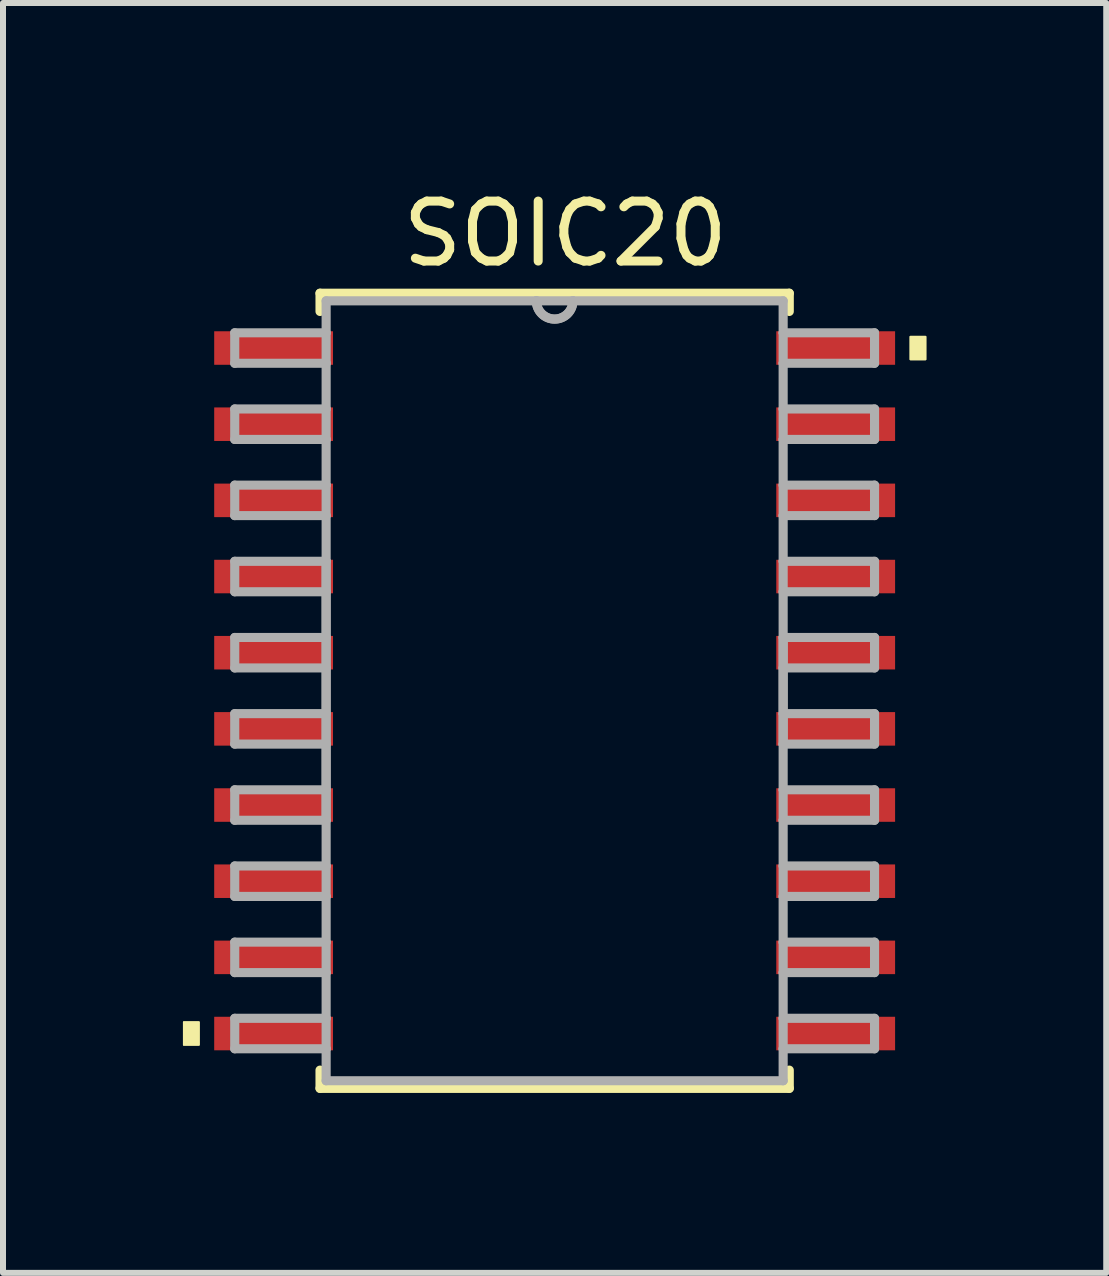
<source format=kicad_pcb>
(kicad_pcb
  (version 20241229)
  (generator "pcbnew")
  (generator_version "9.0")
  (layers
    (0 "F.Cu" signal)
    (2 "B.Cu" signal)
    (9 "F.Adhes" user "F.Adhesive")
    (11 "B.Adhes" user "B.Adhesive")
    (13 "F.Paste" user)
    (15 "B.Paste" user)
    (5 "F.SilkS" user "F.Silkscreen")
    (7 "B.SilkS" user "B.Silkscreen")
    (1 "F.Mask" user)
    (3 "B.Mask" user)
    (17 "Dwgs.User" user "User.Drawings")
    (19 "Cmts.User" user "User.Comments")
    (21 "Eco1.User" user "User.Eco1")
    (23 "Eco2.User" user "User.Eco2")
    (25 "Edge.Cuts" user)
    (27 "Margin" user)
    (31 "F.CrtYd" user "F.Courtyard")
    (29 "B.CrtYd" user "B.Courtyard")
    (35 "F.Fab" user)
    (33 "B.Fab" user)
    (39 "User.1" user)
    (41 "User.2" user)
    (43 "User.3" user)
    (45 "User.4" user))
  (footprint "SOIC20"
    (layer "F.Cu")
    (at 6.198 8.468)
    (property "Reference" "SOIC20" (at 0.178 -7.62 0) (layer "F.SilkS") (effects (font (size 1 1) (thickness 0.15))))
    (attr smd)
    (fp_line (start -3.912 -6.629) (end -3.912 -6.325) (stroke (width 0.152) (type solid)) (layer "F.SilkS"))
    (fp_line (start -3.912 6.325) (end -3.912 6.629) (stroke (width 0.152) (type solid)) (layer "F.SilkS"))
    (fp_line (start -3.912 6.629) (end 3.912 6.629) (stroke (width 0.152) (type solid)) (layer "F.SilkS"))
    (fp_line (start 3.912 -6.629) (end -3.912 -6.629) (stroke (width 0.152) (type solid)) (layer "F.SilkS"))
    (fp_line (start 3.912 -6.325) (end 3.912 -6.629) (stroke (width 0.152) (type solid)) (layer "F.SilkS"))
    (fp_line (start 3.912 6.629) (end 3.912 6.325) (stroke (width 0.152) (type solid)) (layer "F.SilkS"))
    (fp_poly (pts (xy -6.185 5.524) (xy -6.185 5.905) (xy -5.931 5.905) (xy -5.931 5.524)) (stroke (width 0.025) (type solid)) (fill yes) (layer "F.SilkS"))
    (fp_poly (pts (xy -6.185 5.524) (xy -6.185 5.905) (xy -5.931 5.905) (xy -5.931 5.524)) (stroke (width 0.025) (type solid)) (fill yes) (layer "F.SilkS"))
    (fp_poly (pts (xy 6.185 -5.905) (xy 6.185 -5.524) (xy 5.931 -5.524) (xy 5.931 -5.905)) (stroke (width 0.025) (type solid)) (fill yes) (layer "F.SilkS"))
    (fp_poly (pts (xy 6.185 -5.905) (xy 6.185 -5.524) (xy 5.931 -5.524) (xy 5.931 -5.905)) (stroke (width 0.025) (type solid)) (fill yes) (layer "F.SilkS"))
    (fp_line (start -5.334 -5.969) (end -5.334 -5.461) (stroke (width 0.152) (type solid)) (layer "F.Fab"))
    (fp_line (start -5.334 -5.461) (end -3.81 -5.461) (stroke (width 0.152) (type solid)) (layer "F.Fab"))
    (fp_line (start -5.334 -4.699) (end -5.334 -4.191) (stroke (width 0.152) (type solid)) (layer "F.Fab"))
    (fp_line (start -5.334 -4.191) (end -3.81 -4.191) (stroke (width 0.152) (type solid)) (layer "F.Fab"))
    (fp_line (start -5.334 -3.429) (end -5.334 -2.921) (stroke (width 0.152) (type solid)) (layer "F.Fab"))
    (fp_line (start -5.334 -2.921) (end -3.81 -2.921) (stroke (width 0.152) (type solid)) (layer "F.Fab"))
    (fp_line (start -5.334 -2.159) (end -5.334 -1.651) (stroke (width 0.152) (type solid)) (layer "F.Fab"))
    (fp_line (start -5.334 -1.651) (end -3.81 -1.651) (stroke (width 0.152) (type solid)) (layer "F.Fab"))
    (fp_line (start -5.334 -0.889) (end -5.334 -0.381) (stroke (width 0.152) (type solid)) (layer "F.Fab"))
    (fp_line (start -5.334 -0.381) (end -3.81 -0.381) (stroke (width 0.152) (type solid)) (layer "F.Fab"))
    (fp_line (start -5.334 0.381) (end -5.334 0.889) (stroke (width 0.152) (type solid)) (layer "F.Fab"))
    (fp_line (start -5.334 0.889) (end -3.81 0.889) (stroke (width 0.152) (type solid)) (layer "F.Fab"))
    (fp_line (start -5.334 1.651) (end -5.334 2.159) (stroke (width 0.152) (type solid)) (layer "F.Fab"))
    (fp_line (start -5.334 2.159) (end -3.81 2.159) (stroke (width 0.152) (type solid)) (layer "F.Fab"))
    (fp_line (start -5.334 2.921) (end -5.334 3.429) (stroke (width 0.152) (type solid)) (layer "F.Fab"))
    (fp_line (start -5.334 3.429) (end -3.81 3.429) (stroke (width 0.152) (type solid)) (layer "F.Fab"))
    (fp_line (start -5.334 4.191) (end -5.334 4.699) (stroke (width 0.152) (type solid)) (layer "F.Fab"))
    (fp_line (start -5.334 4.699) (end -3.81 4.699) (stroke (width 0.152) (type solid)) (layer "F.Fab"))
    (fp_line (start -5.334 5.461) (end -5.334 5.969) (stroke (width 0.152) (type solid)) (layer "F.Fab"))
    (fp_line (start -5.334 5.969) (end -3.81 5.969) (stroke (width 0.152) (type solid)) (layer "F.Fab"))
    (fp_line (start -3.81 -6.502) (end -3.81 -5.969) (stroke (width 0.152) (type solid)) (layer "F.Fab"))
    (fp_line (start -3.81 -5.969) (end -5.334 -5.969) (stroke (width 0.152) (type solid)) (layer "F.Fab"))
    (fp_line (start -3.81 -5.461) (end -3.81 -5.969) (stroke (width 0.152) (type solid)) (layer "F.Fab"))
    (fp_line (start -3.81 -5.461) (end -3.81 -4.699) (stroke (width 0.152) (type solid)) (layer "F.Fab"))
    (fp_line (start -3.81 -4.699) (end -5.334 -4.699) (stroke (width 0.152) (type solid)) (layer "F.Fab"))
    (fp_line (start -3.81 -4.191) (end -3.81 -4.699) (stroke (width 0.152) (type solid)) (layer "F.Fab"))
    (fp_line (start -3.81 -4.191) (end -3.81 -3.429) (stroke (width 0.152) (type solid)) (layer "F.Fab"))
    (fp_line (start -3.81 -3.429) (end -5.334 -3.429) (stroke (width 0.152) (type solid)) (layer "F.Fab"))
    (fp_line (start -3.81 -2.921) (end -3.81 -3.429) (stroke (width 0.152) (type solid)) (layer "F.Fab"))
    (fp_line (start -3.81 -2.921) (end -3.81 -2.159) (stroke (width 0.152) (type solid)) (layer "F.Fab"))
    (fp_line (start -3.81 -2.159) (end -5.334 -2.159) (stroke (width 0.152) (type solid)) (layer "F.Fab"))
    (fp_line (start -3.81 -2.159) (end -3.81 2.159) (stroke (width 0.152) (type solid)) (layer "F.Fab"))
    (fp_line (start -3.81 -1.651) (end -3.81 -2.159) (stroke (width 0.152) (type solid)) (layer "F.Fab"))
    (fp_line (start -3.81 -1.651) (end -3.81 -0.889) (stroke (width 0.152) (type solid)) (layer "F.Fab"))
    (fp_line (start -3.81 -0.889) (end -5.334 -0.889) (stroke (width 0.152) (type solid)) (layer "F.Fab"))
    (fp_line (start -3.81 -0.381) (end -3.81 -0.889) (stroke (width 0.152) (type solid)) (layer "F.Fab"))
    (fp_line (start -3.81 -0.381) (end -3.81 0.381) (stroke (width 0.152) (type solid)) (layer "F.Fab"))
    (fp_line (start -3.81 0.381) (end -5.334 0.381) (stroke (width 0.152) (type solid)) (layer "F.Fab"))
    (fp_line (start -3.81 0.889) (end -3.81 0.381) (stroke (width 0.152) (type solid)) (layer "F.Fab"))
    (fp_line (start -3.81 0.889) (end -3.81 1.651) (stroke (width 0.152) (type solid)) (layer "F.Fab"))
    (fp_line (start -3.81 1.651) (end -5.334 1.651) (stroke (width 0.152) (type solid)) (layer "F.Fab"))
    (fp_line (start -3.81 2.159) (end -3.81 1.651) (stroke (width 0.152) (type solid)) (layer "F.Fab"))
    (fp_line (start -3.81 2.159) (end -3.81 2.921) (stroke (width 0.152) (type solid)) (layer "F.Fab"))
    (fp_line (start -3.81 2.921) (end -5.334 2.921) (stroke (width 0.152) (type solid)) (layer "F.Fab"))
    (fp_line (start -3.81 3.429) (end -3.81 2.921) (stroke (width 0.152) (type solid)) (layer "F.Fab"))
    (fp_line (start -3.81 3.429) (end -3.81 4.191) (stroke (width 0.152) (type solid)) (layer "F.Fab"))
    (fp_line (start -3.81 4.191) (end -5.334 4.191) (stroke (width 0.152) (type solid)) (layer "F.Fab"))
    (fp_line (start -3.81 4.699) (end -3.81 4.191) (stroke (width 0.152) (type solid)) (layer "F.Fab"))
    (fp_line (start -3.81 4.699) (end -3.81 5.461) (stroke (width 0.152) (type solid)) (layer "F.Fab"))
    (fp_line (start -3.81 5.461) (end -5.334 5.461) (stroke (width 0.152) (type solid)) (layer "F.Fab"))
    (fp_line (start -3.81 5.969) (end -3.81 5.461) (stroke (width 0.152) (type solid)) (layer "F.Fab"))
    (fp_line (start -3.81 5.969) (end -3.81 6.502) (stroke (width 0.152) (type solid)) (layer "F.Fab"))
    (fp_line (start -3.81 6.502) (end 3.81 6.502) (stroke (width 0.152) (type solid)) (layer "F.Fab"))
    (fp_line (start -0.305 -6.502) (end -3.81 -6.502) (stroke (width 0.152) (type solid)) (layer "F.Fab"))
    (fp_line (start 0.305 -6.502) (end -0.305 -6.502) (stroke (width 0.152) (type solid)) (layer "F.Fab"))
    (fp_line (start 3.81 -6.502) (end 0.305 -6.502) (stroke (width 0.152) (type solid)) (layer "F.Fab"))
    (fp_line (start 3.81 -5.969) (end 3.81 -6.502) (stroke (width 0.152) (type solid)) (layer "F.Fab"))
    (fp_line (start 3.81 -5.969) (end 3.81 -5.461) (stroke (width 0.152) (type solid)) (layer "F.Fab"))
    (fp_line (start 3.81 -5.461) (end 5.334 -5.461) (stroke (width 0.152) (type solid)) (layer "F.Fab"))
    (fp_line (start 3.81 -4.699) (end 3.81 -5.461) (stroke (width 0.152) (type solid)) (layer "F.Fab"))
    (fp_line (start 3.81 -4.699) (end 3.81 -4.191) (stroke (width 0.152) (type solid)) (layer "F.Fab"))
    (fp_line (start 3.81 -4.191) (end 5.334 -4.191) (stroke (width 0.152) (type solid)) (layer "F.Fab"))
    (fp_line (start 3.81 -3.429) (end 3.81 -4.191) (stroke (width 0.152) (type solid)) (layer "F.Fab"))
    (fp_line (start 3.81 -3.429) (end 3.81 -2.921) (stroke (width 0.152) (type solid)) (layer "F.Fab"))
    (fp_line (start 3.81 -2.921) (end 5.334 -2.921) (stroke (width 0.152) (type solid)) (layer "F.Fab"))
    (fp_line (start 3.81 -2.159) (end 3.81 -2.921) (stroke (width 0.152) (type solid)) (layer "F.Fab"))
    (fp_line (start 3.81 -2.159) (end 3.81 -1.651) (stroke (width 0.152) (type solid)) (layer "F.Fab"))
    (fp_line (start 3.81 -1.651) (end 5.334 -1.651) (stroke (width 0.152) (type solid)) (layer "F.Fab"))
    (fp_line (start 3.81 -0.889) (end 3.81 -1.651) (stroke (width 0.152) (type solid)) (layer "F.Fab"))
    (fp_line (start 3.81 -0.889) (end 3.81 -0.381) (stroke (width 0.152) (type solid)) (layer "F.Fab"))
    (fp_line (start 3.81 -0.381) (end 5.334 -0.381) (stroke (width 0.152) (type solid)) (layer "F.Fab"))
    (fp_line (start 3.81 0.381) (end 3.81 -0.381) (stroke (width 0.152) (type solid)) (layer "F.Fab"))
    (fp_line (start 3.81 0.381) (end 3.81 0.889) (stroke (width 0.152) (type solid)) (layer "F.Fab"))
    (fp_line (start 3.81 0.889) (end 3.81 -0.889) (stroke (width 0.152) (type solid)) (layer "F.Fab"))
    (fp_line (start 3.81 0.889) (end 5.334 0.889) (stroke (width 0.152) (type solid)) (layer "F.Fab"))
    (fp_line (start 3.81 1.651) (end 3.81 0.889) (stroke (width 0.152) (type solid)) (layer "F.Fab"))
    (fp_line (start 3.81 1.651) (end 3.81 2.159) (stroke (width 0.152) (type solid)) (layer "F.Fab"))
    (fp_line (start 3.81 2.159) (end 5.334 2.159) (stroke (width 0.152) (type solid)) (layer "F.Fab"))
    (fp_line (start 3.81 2.921) (end 3.81 2.159) (stroke (width 0.152) (type solid)) (layer "F.Fab"))
    (fp_line (start 3.81 2.921) (end 3.81 3.429) (stroke (width 0.152) (type solid)) (layer "F.Fab"))
    (fp_line (start 3.81 3.429) (end 5.334 3.429) (stroke (width 0.152) (type solid)) (layer "F.Fab"))
    (fp_line (start 3.81 4.191) (end 3.81 3.429) (stroke (width 0.152) (type solid)) (layer "F.Fab"))
    (fp_line (start 3.81 4.191) (end 3.81 4.699) (stroke (width 0.152) (type solid)) (layer "F.Fab"))
    (fp_line (start 3.81 4.699) (end 5.334 4.699) (stroke (width 0.152) (type solid)) (layer "F.Fab"))
    (fp_line (start 3.81 5.461) (end 3.81 4.699) (stroke (width 0.152) (type solid)) (layer "F.Fab"))
    (fp_line (start 3.81 5.461) (end 3.81 5.969) (stroke (width 0.152) (type solid)) (layer "F.Fab"))
    (fp_line (start 3.81 5.969) (end 5.334 5.969) (stroke (width 0.152) (type solid)) (layer "F.Fab"))
    (fp_line (start 3.81 6.502) (end 3.81 5.969) (stroke (width 0.152) (type solid)) (layer "F.Fab"))
    (fp_line (start 5.334 -5.969) (end 3.81 -5.969) (stroke (width 0.152) (type solid)) (layer "F.Fab"))
    (fp_line (start 5.334 -5.461) (end 5.334 -5.969) (stroke (width 0.152) (type solid)) (layer "F.Fab"))
    (fp_line (start 5.334 -4.699) (end 3.81 -4.699) (stroke (width 0.152) (type solid)) (layer "F.Fab"))
    (fp_line (start 5.334 -4.191) (end 5.334 -4.699) (stroke (width 0.152) (type solid)) (layer "F.Fab"))
    (fp_line (start 5.334 -3.429) (end 3.81 -3.429) (stroke (width 0.152) (type solid)) (layer "F.Fab"))
    (fp_line (start 5.334 -2.921) (end 5.334 -3.429) (stroke (width 0.152) (type solid)) (layer "F.Fab"))
    (fp_line (start 5.334 -2.159) (end 3.81 -2.159) (stroke (width 0.152) (type solid)) (layer "F.Fab"))
    (fp_line (start 5.334 -1.651) (end 5.334 -2.159) (stroke (width 0.152) (type solid)) (layer "F.Fab"))
    (fp_line (start 5.334 -0.889) (end 3.81 -0.889) (stroke (width 0.152) (type solid)) (layer "F.Fab"))
    (fp_line (start 5.334 -0.381) (end 5.334 -0.889) (stroke (width 0.152) (type solid)) (layer "F.Fab"))
    (fp_line (start 5.334 0.381) (end 3.81 0.381) (stroke (width 0.152) (type solid)) (layer "F.Fab"))
    (fp_line (start 5.334 0.889) (end 5.334 0.381) (stroke (width 0.152) (type solid)) (layer "F.Fab"))
    (fp_line (start 5.334 1.651) (end 3.81 1.651) (stroke (width 0.152) (type solid)) (layer "F.Fab"))
    (fp_line (start 5.334 2.159) (end 5.334 1.651) (stroke (width 0.152) (type solid)) (layer "F.Fab"))
    (fp_line (start 5.334 2.921) (end 3.81 2.921) (stroke (width 0.152) (type solid)) (layer "F.Fab"))
    (fp_line (start 5.334 3.429) (end 5.334 2.921) (stroke (width 0.152) (type solid)) (layer "F.Fab"))
    (fp_line (start 5.334 4.191) (end 3.81 4.191) (stroke (width 0.152) (type solid)) (layer "F.Fab"))
    (fp_line (start 5.334 4.699) (end 5.334 4.191) (stroke (width 0.152) (type solid)) (layer "F.Fab"))
    (fp_line (start 5.334 5.461) (end 3.81 5.461) (stroke (width 0.152) (type solid)) (layer "F.Fab"))
    (fp_line (start 5.334 5.969) (end 5.334 5.461) (stroke (width 0.152) (type solid)) (layer "F.Fab"))
    (fp_arc (start 0.3048 -6.5024) (mid 0 -6.1976) (end -0.3048 -6.5024) (stroke (width 0.1524) (type solid)) (layer "F.Fab"))
    (fp_arc (start 0.3048 -6.5024) (mid 0 -6.1976) (end -0.3048 -6.5024) (stroke (width 0.1524) (type solid)) (layer "F.Fab"))
    (pad "1" smd rect (at -4.686 -5.715) (size 1.981 0.559) (layers "F.Cu" "F.Mask" "F.Paste"))
    (pad "2" smd rect (at -4.686 -4.445) (size 1.981 0.559) (layers "F.Cu" "F.Mask" "F.Paste"))
    (pad "3" smd rect (at -4.686 -3.175) (size 1.981 0.559) (layers "F.Cu" "F.Mask" "F.Paste"))
    (pad "4" smd rect (at -4.686 -1.905) (size 1.981 0.559) (layers "F.Cu" "F.Mask" "F.Paste"))
    (pad "5" smd rect (at -4.686 -0.635) (size 1.981 0.559) (layers "F.Cu" "F.Mask" "F.Paste"))
    (pad "6" smd rect (at -4.686 0.635) (size 1.981 0.559) (layers "F.Cu" "F.Mask" "F.Paste"))
    (pad "7" smd rect (at -4.686 1.905) (size 1.981 0.559) (layers "F.Cu" "F.Mask" "F.Paste"))
    (pad "8" smd rect (at -4.686 3.175) (size 1.981 0.559) (layers "F.Cu" "F.Mask" "F.Paste"))
    (pad "9" smd rect (at -4.686 4.445) (size 1.981 0.559) (layers "F.Cu" "F.Mask" "F.Paste"))
    (pad "10" smd rect (at -4.686 5.715) (size 1.981 0.559) (layers "F.Cu" "F.Mask" "F.Paste"))
    (pad "11" smd rect (at 4.686 5.715) (size 1.981 0.559) (layers "F.Cu" "F.Mask" "F.Paste"))
    (pad "12" smd rect (at 4.686 4.445) (size 1.981 0.559) (layers "F.Cu" "F.Mask" "F.Paste"))
    (pad "13" smd rect (at 4.686 3.175) (size 1.981 0.559) (layers "F.Cu" "F.Mask" "F.Paste"))
    (pad "14" smd rect (at 4.686 1.905) (size 1.981 0.559) (layers "F.Cu" "F.Mask" "F.Paste"))
    (pad "15" smd rect (at 4.686 0.635) (size 1.981 0.559) (layers "F.Cu" "F.Mask" "F.Paste"))
    (pad "16" smd rect (at 4.686 -0.635) (size 1.981 0.559) (layers "F.Cu" "F.Mask" "F.Paste"))
    (pad "17" smd rect (at 4.686 -1.905) (size 1.981 0.559) (layers "F.Cu" "F.Mask" "F.Paste"))
    (pad "18" smd rect (at 4.686 -3.175) (size 1.981 0.559) (layers "F.Cu" "F.Mask" "F.Paste"))
    (pad "19" smd rect (at 4.686 -4.445) (size 1.981 0.559) (layers "F.Cu" "F.Mask" "F.Paste"))
    (pad "20" smd rect (at 4.686 -5.715) (size 1.981 0.559) (layers "F.Cu" "F.Mask" "F.Paste")))
  (gr_rect
    (start -3 -3)
    (end 15.395 18.174)
    (stroke (width 0.1) (type default))
    (fill no)
    (layer "Edge.Cuts")))
</source>
